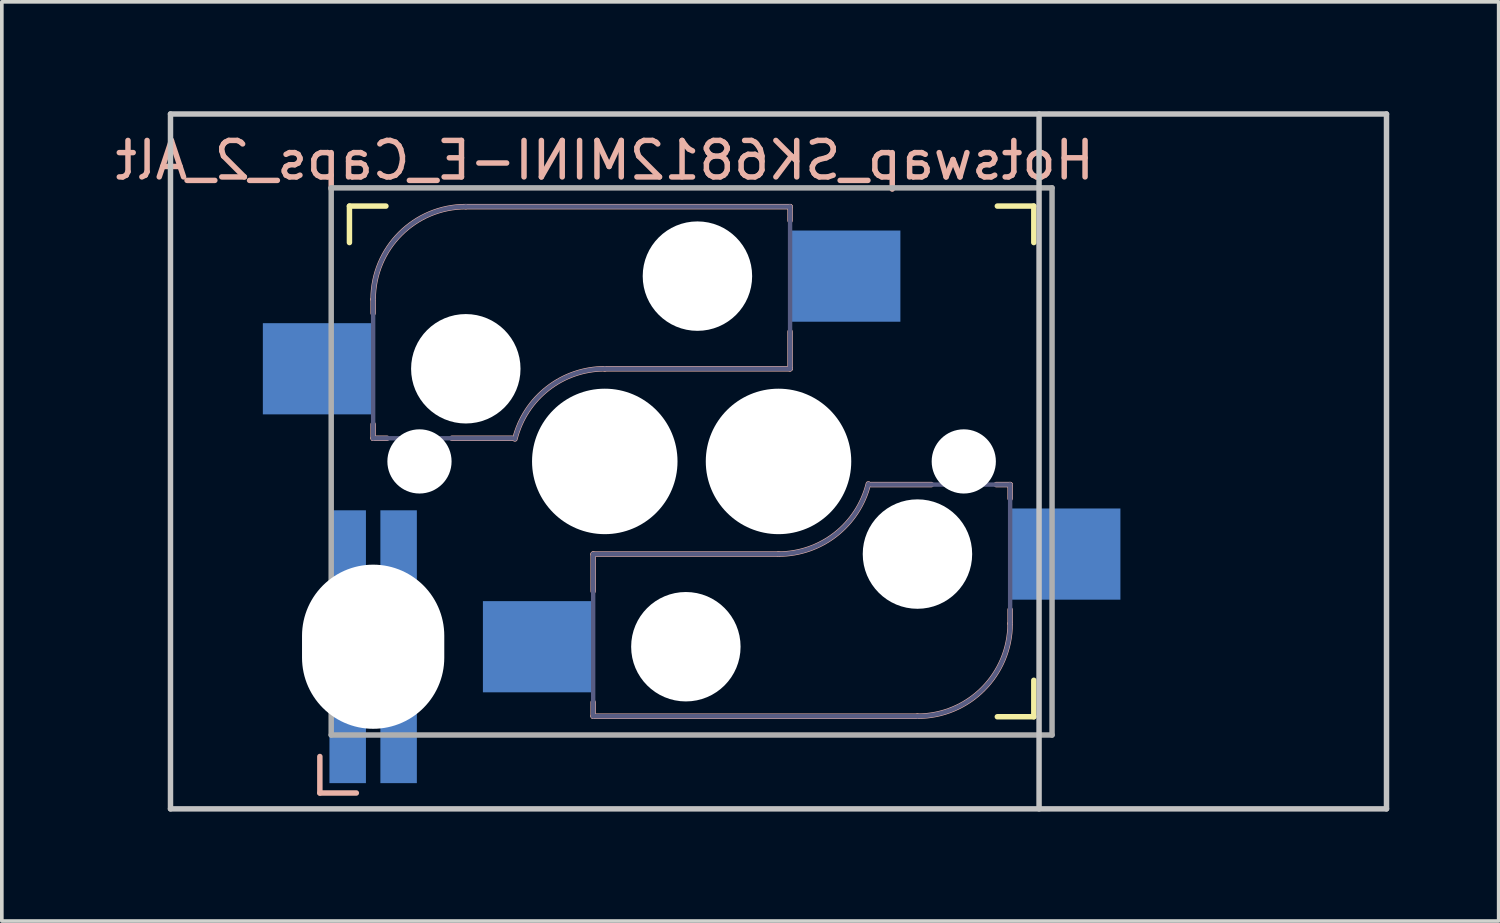
<source format=kicad_pcb>
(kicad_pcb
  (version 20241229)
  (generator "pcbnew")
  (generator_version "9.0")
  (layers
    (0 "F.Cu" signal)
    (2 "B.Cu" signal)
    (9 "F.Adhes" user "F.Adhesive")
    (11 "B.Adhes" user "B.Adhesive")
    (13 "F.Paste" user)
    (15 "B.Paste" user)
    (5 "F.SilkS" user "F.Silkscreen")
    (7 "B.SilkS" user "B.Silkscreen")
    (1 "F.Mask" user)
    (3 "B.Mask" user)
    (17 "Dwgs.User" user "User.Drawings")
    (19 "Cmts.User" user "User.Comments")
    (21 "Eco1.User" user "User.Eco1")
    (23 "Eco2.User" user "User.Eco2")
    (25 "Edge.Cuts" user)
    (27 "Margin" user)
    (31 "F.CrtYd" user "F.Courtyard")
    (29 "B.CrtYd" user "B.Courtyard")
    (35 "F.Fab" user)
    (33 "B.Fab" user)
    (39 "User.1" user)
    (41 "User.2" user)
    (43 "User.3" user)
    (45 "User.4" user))
  (footprint "Hotswap_SK6812MINI-E_Caps_2_Alt"
    (layer "F.Cu")
    (at 13.53 9.6)
    (property "Reference" "Hotswap_SK6812MINI-E_Caps_2_Alt" (at 0 -8.255 0) (layer "B.SilkS") (effects (font (size 1 1) (thickness 0.15)) (justify mirror)))
    (attr through_hole)
    (fp_line (start -7 -6) (end -7 -7) (stroke (width 0.15) (type solid)) (layer "F.SilkS"))
    (fp_line (start -6 -7) (end -7 -7) (stroke (width 0.15) (type solid)) (layer "F.SilkS"))
    (fp_line (start 10.762 7) (end 11.762 7) (stroke (width 0.15) (type solid)) (layer "F.SilkS"))
    (fp_line (start 11.762 -7) (end 10.762 -7) (stroke (width 0.15) (type solid)) (layer "F.SilkS"))
    (fp_line (start 11.762 -7) (end 11.762 -6) (stroke (width 0.15) (type solid)) (layer "F.SilkS"))
    (fp_line (start 11.762 6) (end 11.762 7) (stroke (width 0.15) (type solid)) (layer "F.SilkS"))
    (fp_line (start -7.811 9.09) (end -7.811 8.09) (stroke (width 0.15) (type solid)) (layer "B.SilkS"))
    (fp_line (start -7.811 9.09) (end -6.811 9.09) (stroke (width 0.15) (type solid)) (layer "B.SilkS"))
    (fp_line (start -6.35 -4.445) (end -6.35 -4.064) (stroke (width 0.15) (type solid)) (layer "B.SilkS"))
    (fp_line (start -6.35 -1.016) (end -6.35 -0.635) (stroke (width 0.15) (type solid)) (layer "B.SilkS"))
    (fp_line (start -6.35 -0.635) (end -5.969 -0.635) (stroke (width 0.15) (type solid)) (layer "B.SilkS"))
    (fp_line (start -4.191 -0.635) (end -2.54 -0.635) (stroke (width 0.15) (type solid)) (layer "B.SilkS"))
    (fp_line (start -0.318 2.54) (end -0.318 3.556) (stroke (width 0.15) (type solid)) (layer "B.SilkS"))
    (fp_line (start -0.318 6.604) (end -0.318 6.985) (stroke (width 0.15) (type solid)) (layer "B.SilkS"))
    (fp_line (start -0.318 6.985) (end 8.572 6.985) (stroke (width 0.15) (type solid)) (layer "B.SilkS"))
    (fp_line (start 0 -2.54) (end 5.08 -2.54) (stroke (width 0.15) (type solid)) (layer "B.SilkS"))
    (fp_line (start 4.763 2.54) (end -0.318 2.54) (stroke (width 0.15) (type solid)) (layer "B.SilkS"))
    (fp_line (start 5.08 -6.985) (end -3.81 -6.985) (stroke (width 0.15) (type solid)) (layer "B.SilkS"))
    (fp_line (start 5.08 -6.604) (end 5.08 -6.985) (stroke (width 0.15) (type solid)) (layer "B.SilkS"))
    (fp_line (start 5.08 -2.54) (end 5.08 -3.556) (stroke (width 0.15) (type solid)) (layer "B.SilkS"))
    (fp_line (start 8.954 0.635) (end 7.303 0.635) (stroke (width 0.15) (type solid)) (layer "B.SilkS"))
    (fp_line (start 11.113 0.635) (end 10.732 0.635) (stroke (width 0.15) (type solid)) (layer "B.SilkS"))
    (fp_line (start 11.113 1.016) (end 11.113 0.635) (stroke (width 0.15) (type solid)) (layer "B.SilkS"))
    (fp_line (start 11.113 4.445) (end 11.113 4.064) (stroke (width 0.15) (type solid)) (layer "B.SilkS"))
    (fp_arc (start -6.35 -4.445) (mid -5.606051 -6.241051) (end -3.81 -6.985) (stroke (width 0.15) (type solid)) (layer "B.SilkS"))
    (fp_arc (start -2.464162 -0.61604) (mid -1.563147 -2.002042) (end 0 -2.54) (stroke (width 0.15) (type solid)) (layer "B.SilkS"))
    (fp_arc (start 7.226662 0.61604) (mid 6.325647 2.002042) (end 4.7625 2.54) (stroke (width 0.15) (type solid)) (layer "B.SilkS"))
    (fp_arc (start 11.1125 4.445) (mid 10.368551 6.241051) (end 8.5725 6.985) (stroke (width 0.15) (type solid)) (layer "B.SilkS"))
    (fp_line (start -11.906 9.525) (end -11.906 -9.525) (stroke (width 0.15) (type solid)) (layer "Dwgs.User"))
    (fp_line (start 11.906 -9.525) (end 11.906 9.525) (stroke (width 0.15) (type solid)) (layer "Dwgs.User"))
    (fp_line (start 21.431 -9.525) (end -11.906 -9.525) (stroke (width 0.15) (type solid)) (layer "Dwgs.User"))
    (fp_line (start 21.431 -9.525) (end 21.431 9.525) (stroke (width 0.15) (type solid)) (layer "Dwgs.User"))
    (fp_line (start 21.431 9.525) (end -11.906 9.525) (stroke (width 0.15) (type solid)) (layer "Dwgs.User"))
    (fp_line (start -6.9 6.9) (end -6.9 -6.9) (stroke (width 0.15) (type solid)) (layer "Eco2.User"))
    (fp_line (start -6.9 6.9) (end 6.9 6.9) (stroke (width 0.15) (type solid)) (layer "Eco2.User"))
    (fp_line (start -2.138 6.9) (end 11.662 6.9) (stroke (width 0.15) (type solid)) (layer "Eco2.User"))
    (fp_line (start 6.9 -6.9) (end -6.9 -6.9) (stroke (width 0.15) (type solid)) (layer "Eco2.User"))
    (fp_line (start 11.662 -6.9) (end -2.138 -6.9) (stroke (width 0.15) (type solid)) (layer "Eco2.User"))
    (fp_line (start 11.662 -6.9) (end 11.662 6.9) (stroke (width 0.15) (type solid)) (layer "Eco2.User"))
    (fp_line (start -6.35 -4.445) (end -6.35 -0.635) (stroke (width 0.12) (type solid)) (layer "B.Fab"))
    (fp_line (start -6.35 -0.635) (end -2.54 -0.635) (stroke (width 0.12) (type solid)) (layer "B.Fab"))
    (fp_line (start -0.318 2.54) (end -0.318 6.985) (stroke (width 0.12) (type solid)) (layer "B.Fab"))
    (fp_line (start -0.318 6.985) (end 8.572 6.985) (stroke (width 0.12) (type solid)) (layer "B.Fab"))
    (fp_line (start 0 -2.54) (end 5.08 -2.54) (stroke (width 0.12) (type solid)) (layer "B.Fab"))
    (fp_line (start 4.763 2.54) (end -0.318 2.54) (stroke (width 0.12) (type solid)) (layer "B.Fab"))
    (fp_line (start 5.08 -6.985) (end -3.81 -6.985) (stroke (width 0.12) (type solid)) (layer "B.Fab"))
    (fp_line (start 5.08 -2.54) (end 5.08 -6.985) (stroke (width 0.12) (type solid)) (layer "B.Fab"))
    (fp_line (start 11.113 0.635) (end 7.303 0.635) (stroke (width 0.12) (type solid)) (layer "B.Fab"))
    (fp_line (start 11.113 4.445) (end 11.113 0.635) (stroke (width 0.12) (type solid)) (layer "B.Fab"))
    (fp_arc (start -6.35 -4.445) (mid -5.606051 -6.241051) (end -3.81 -6.985) (stroke (width 0.12) (type solid)) (layer "B.Fab"))
    (fp_arc (start -2.464162 -0.61604) (mid -1.563147 -2.002042) (end 0 -2.54) (stroke (width 0.12) (type solid)) (layer "B.Fab"))
    (fp_arc (start 7.226662 0.61604) (mid 6.325647 2.002042) (end 4.7625 2.54) (stroke (width 0.12) (type solid)) (layer "B.Fab"))
    (fp_arc (start 11.1125 4.445) (mid 10.368551 6.241051) (end 8.5725 6.985) (stroke (width 0.12) (type solid)) (layer "B.Fab"))
    (fp_line (start -7.5 -7.5) (end 12.262 -7.5) (stroke (width 0.15) (type solid)) (layer "F.Fab"))
    (fp_line (start -7.5 7.5) (end -7.5 -7.5) (stroke (width 0.15) (type solid)) (layer "F.Fab"))
    (fp_line (start 12.262 -7.5) (end 12.262 7.5) (stroke (width 0.15) (type solid)) (layer "F.Fab"))
    (fp_line (start 12.262 7.5) (end -7.5 7.5) (stroke (width 0.15) (type solid)) (layer "F.Fab"))
    (pad "" np_thru_hole oval (at -6.35 5.08 90) (size 4.5 3.9) (drill oval 4.5 3.9) (layers "*.Cu" "*.Mask"))
    (pad "" np_thru_hole circle (at -5.08 0 180) (size 1.76 1.76) (drill 1.76) (layers "*.Cu" "*.Mask"))
    (pad "" np_thru_hole circle (at -3.81 -2.54 180) (size 3 3) (drill 3) (layers "*.Cu" "*.Mask"))
    (pad "" np_thru_hole circle (at 0 0 180) (size 3.988 3.988) (drill 3.988) (layers "*.Cu" "*.Mask"))
    (pad "" np_thru_hole circle (at 2.223 5.08) (size 3 3) (drill 3) (layers "*.Cu" "*.Mask"))
    (pad "" np_thru_hole circle (at 2.54 -5.08 180) (size 3 3) (drill 3) (layers "*.Cu" "*.Mask"))
    (pad "" np_thru_hole circle (at 4.763 0) (size 3.988 3.988) (drill 3.988) (layers "*.Cu" "*.Mask"))
    (pad "" np_thru_hole circle (at 8.572 2.54) (size 3 3) (drill 3) (layers "*.Cu" "*.Mask"))
    (pad "" np_thru_hole circle (at 9.842 0) (size 1.76 1.76) (drill 1.76) (layers "*.Cu" "*.Mask"))
    (pad "1" smd rect (at -7.874 -2.54 180) (size 3 2.5) (layers "B.Cu" "B.Mask"))
    (pad "1" smd rect (at -1.841 5.08) (size 3 2.5) (layers "B.Cu" "B.Mask"))
    (pad "2" smd rect (at 6.604 -5.08 180) (size 3 2.5) (layers "B.Cu" "B.Mask"))
    (pad "2" smd rect (at 12.636 2.54) (size 3 2.5) (layers "B.Cu" "B.Mask"))
    (pad "DIN" smd rect (at -5.652 7.82 180) (size 1 2) (layers "B.Cu" "B.Mask"))
    (pad "DOUT" smd rect (at -7.048 2.34 180) (size 1 2) (layers "B.Cu" "B.Mask"))
    (pad "GND" smd rect (at -7.048 7.82 180) (size 1 2) (layers "B.Cu" "B.Mask"))
    (pad "VDD" smd rect (at -5.652 2.34 180) (size 1 2) (layers "B.Cu" "B.Mask")))
  (gr_rect
    (start -3 -3)
    (end 38.036 22.2)
    (stroke (width 0.1) (type default))
    (fill no)
    (layer "Edge.Cuts")))
</source>
